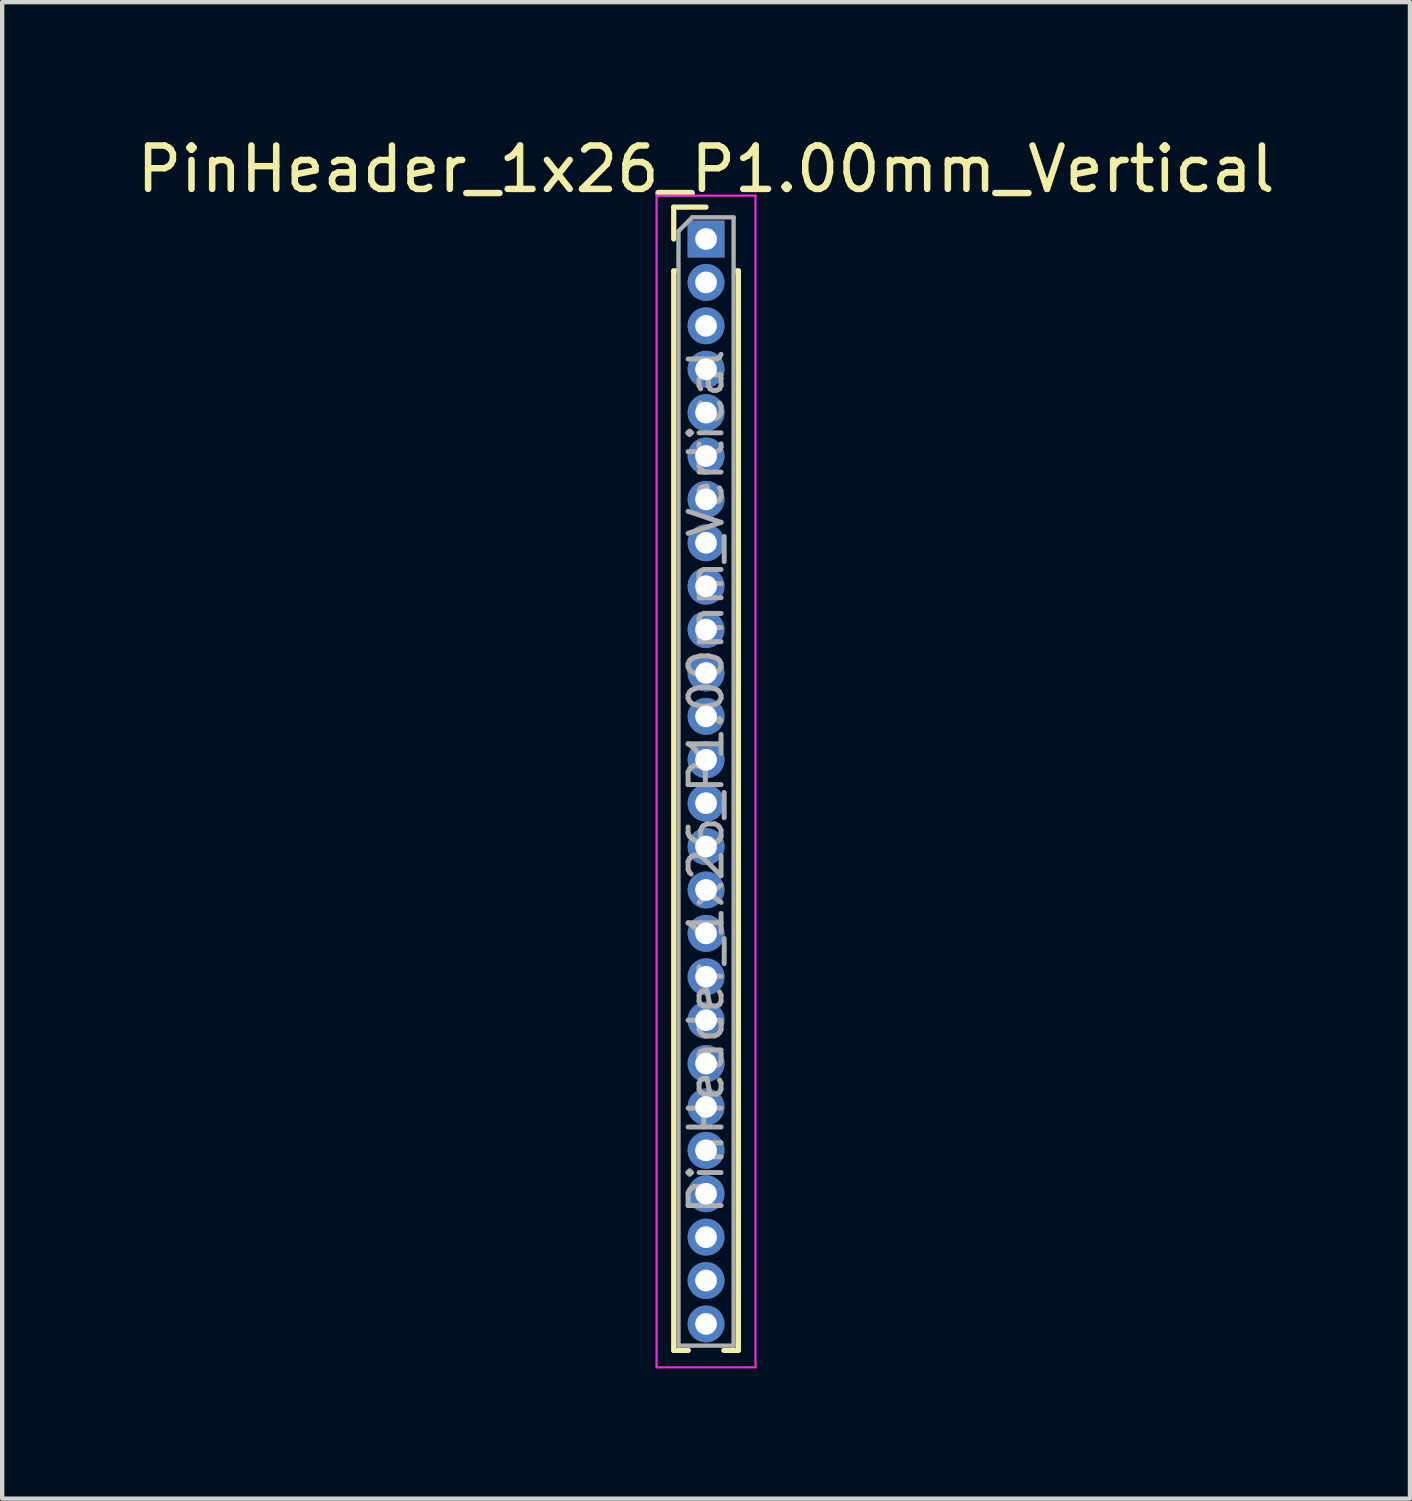
<source format=kicad_pcb>
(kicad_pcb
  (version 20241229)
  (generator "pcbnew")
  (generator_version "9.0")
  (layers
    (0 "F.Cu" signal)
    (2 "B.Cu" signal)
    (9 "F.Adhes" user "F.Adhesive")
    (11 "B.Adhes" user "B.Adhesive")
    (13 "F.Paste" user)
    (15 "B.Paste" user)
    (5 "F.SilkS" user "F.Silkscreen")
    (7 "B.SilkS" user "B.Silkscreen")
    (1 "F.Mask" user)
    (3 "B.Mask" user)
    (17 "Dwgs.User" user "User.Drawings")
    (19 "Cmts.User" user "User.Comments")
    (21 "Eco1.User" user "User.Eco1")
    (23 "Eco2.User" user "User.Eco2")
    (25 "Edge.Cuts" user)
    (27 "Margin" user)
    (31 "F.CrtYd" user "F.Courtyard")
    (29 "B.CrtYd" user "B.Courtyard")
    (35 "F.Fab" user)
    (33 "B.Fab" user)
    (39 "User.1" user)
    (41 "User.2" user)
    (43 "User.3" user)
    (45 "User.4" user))
  (footprint "PinHeader_1x26_P1.00mm_Vertical"
    (layer "F.Cu")
    (at 13.22 2.458)
    (property "Reference" "PinHeader_1x26_P1.00mm_Vertical" (at 0 -1.61 0) (layer "F.SilkS") (effects (font (size 1 1) (thickness 0.15))))
    (attr through_hole)
    (fp_line (start -0.745 -0.735) (end 0 -0.735) (stroke (width 0.12) (type solid)) (layer "F.SilkS"))
    (fp_line (start -0.745 0) (end -0.745 -0.735) (stroke (width 0.12) (type solid)) (layer "F.SilkS"))
    (fp_line (start -0.745 0.735) (end -0.745 25.61) (stroke (width 0.12) (type solid)) (layer "F.SilkS"))
    (fp_line (start -0.745 0.735) (end -0.686 0.735) (stroke (width 0.12) (type solid)) (layer "F.SilkS"))
    (fp_line (start -0.745 25.61) (end -0.41 25.61) (stroke (width 0.12) (type solid)) (layer "F.SilkS"))
    (fp_line (start 0.41 25.61) (end 0.745 25.61) (stroke (width 0.12) (type solid)) (layer "F.SilkS"))
    (fp_line (start 0.686 0.735) (end 0.745 0.735) (stroke (width 0.12) (type solid)) (layer "F.SilkS"))
    (fp_line (start 0.745 0.735) (end 0.745 25.61) (stroke (width 0.12) (type solid)) (layer "F.SilkS"))
    (fp_line (start -1.14 -1) (end -1.14 26) (stroke (width 0.05) (type solid)) (layer "F.CrtYd"))
    (fp_line (start -1.14 26) (end 1.14 26) (stroke (width 0.05) (type solid)) (layer "F.CrtYd"))
    (fp_line (start 1.14 -1) (end -1.14 -1) (stroke (width 0.05) (type solid)) (layer "F.CrtYd"))
    (fp_line (start 1.14 26) (end 1.14 -1) (stroke (width 0.05) (type solid)) (layer "F.CrtYd"))
    (fp_line (start -0.635 -0.182) (end -0.318 -0.5) (stroke (width 0.1) (type solid)) (layer "F.Fab"))
    (fp_line (start -0.635 25.5) (end -0.635 -0.182) (stroke (width 0.1) (type solid)) (layer "F.Fab"))
    (fp_line (start -0.318 -0.5) (end 0.635 -0.5) (stroke (width 0.1) (type solid)) (layer "F.Fab"))
    (fp_line (start 0.635 -0.5) (end 0.635 25.5) (stroke (width 0.1) (type solid)) (layer "F.Fab"))
    (fp_line (start 0.635 25.5) (end -0.635 25.5) (stroke (width 0.1) (type solid)) (layer "F.Fab"))
    (fp_text user "${REFERENCE}" (at 0 12.5 90) (layer "F.Fab") (effects (font (size 0.76 0.76) (thickness 0.114))))
    (pad "1" thru_hole rect (at 0 0) (size 0.85 0.85) (drill 0.5) (layers "*.Cu" "*.Mask"))
    (pad "2" thru_hole circle (at 0 1) (size 0.85 0.85) (drill 0.5) (layers "*.Cu" "*.Mask"))
    (pad "3" thru_hole circle (at 0 2) (size 0.85 0.85) (drill 0.5) (layers "*.Cu" "*.Mask"))
    (pad "4" thru_hole circle (at 0 3) (size 0.85 0.85) (drill 0.5) (layers "*.Cu" "*.Mask"))
    (pad "5" thru_hole circle (at 0 4) (size 0.85 0.85) (drill 0.5) (layers "*.Cu" "*.Mask"))
    (pad "6" thru_hole circle (at 0 5) (size 0.85 0.85) (drill 0.5) (layers "*.Cu" "*.Mask"))
    (pad "7" thru_hole circle (at 0 6) (size 0.85 0.85) (drill 0.5) (layers "*.Cu" "*.Mask"))
    (pad "8" thru_hole circle (at 0 7) (size 0.85 0.85) (drill 0.5) (layers "*.Cu" "*.Mask"))
    (pad "9" thru_hole circle (at 0 8) (size 0.85 0.85) (drill 0.5) (layers "*.Cu" "*.Mask"))
    (pad "10" thru_hole circle (at 0 9) (size 0.85 0.85) (drill 0.5) (layers "*.Cu" "*.Mask"))
    (pad "11" thru_hole circle (at 0 10) (size 0.85 0.85) (drill 0.5) (layers "*.Cu" "*.Mask"))
    (pad "12" thru_hole circle (at 0 11) (size 0.85 0.85) (drill 0.5) (layers "*.Cu" "*.Mask"))
    (pad "13" thru_hole circle (at 0 12) (size 0.85 0.85) (drill 0.5) (layers "*.Cu" "*.Mask"))
    (pad "14" thru_hole circle (at 0 13) (size 0.85 0.85) (drill 0.5) (layers "*.Cu" "*.Mask"))
    (pad "15" thru_hole circle (at 0 14) (size 0.85 0.85) (drill 0.5) (layers "*.Cu" "*.Mask"))
    (pad "16" thru_hole circle (at 0 15) (size 0.85 0.85) (drill 0.5) (layers "*.Cu" "*.Mask"))
    (pad "17" thru_hole circle (at 0 16) (size 0.85 0.85) (drill 0.5) (layers "*.Cu" "*.Mask"))
    (pad "18" thru_hole circle (at 0 17) (size 0.85 0.85) (drill 0.5) (layers "*.Cu" "*.Mask"))
    (pad "19" thru_hole circle (at 0 18) (size 0.85 0.85) (drill 0.5) (layers "*.Cu" "*.Mask"))
    (pad "20" thru_hole circle (at 0 19) (size 0.85 0.85) (drill 0.5) (layers "*.Cu" "*.Mask"))
    (pad "21" thru_hole circle (at 0 20) (size 0.85 0.85) (drill 0.5) (layers "*.Cu" "*.Mask"))
    (pad "22" thru_hole circle (at 0 21) (size 0.85 0.85) (drill 0.5) (layers "*.Cu" "*.Mask"))
    (pad "23" thru_hole circle (at 0 22) (size 0.85 0.85) (drill 0.5) (layers "*.Cu" "*.Mask"))
    (pad "24" thru_hole circle (at 0 23) (size 0.85 0.85) (drill 0.5) (layers "*.Cu" "*.Mask"))
    (pad "25" thru_hole circle (at 0 24) (size 0.85 0.85) (drill 0.5) (layers "*.Cu" "*.Mask"))
    (pad "26" thru_hole circle (at 0 25) (size 0.85 0.85) (drill 0.5) (layers "*.Cu" "*.Mask")))
  (gr_rect
    (start -3 -3)
    (end 29.44 31.483)
    (stroke (width 0.1) (type default))
    (fill no)
    (layer "Edge.Cuts")))
</source>
